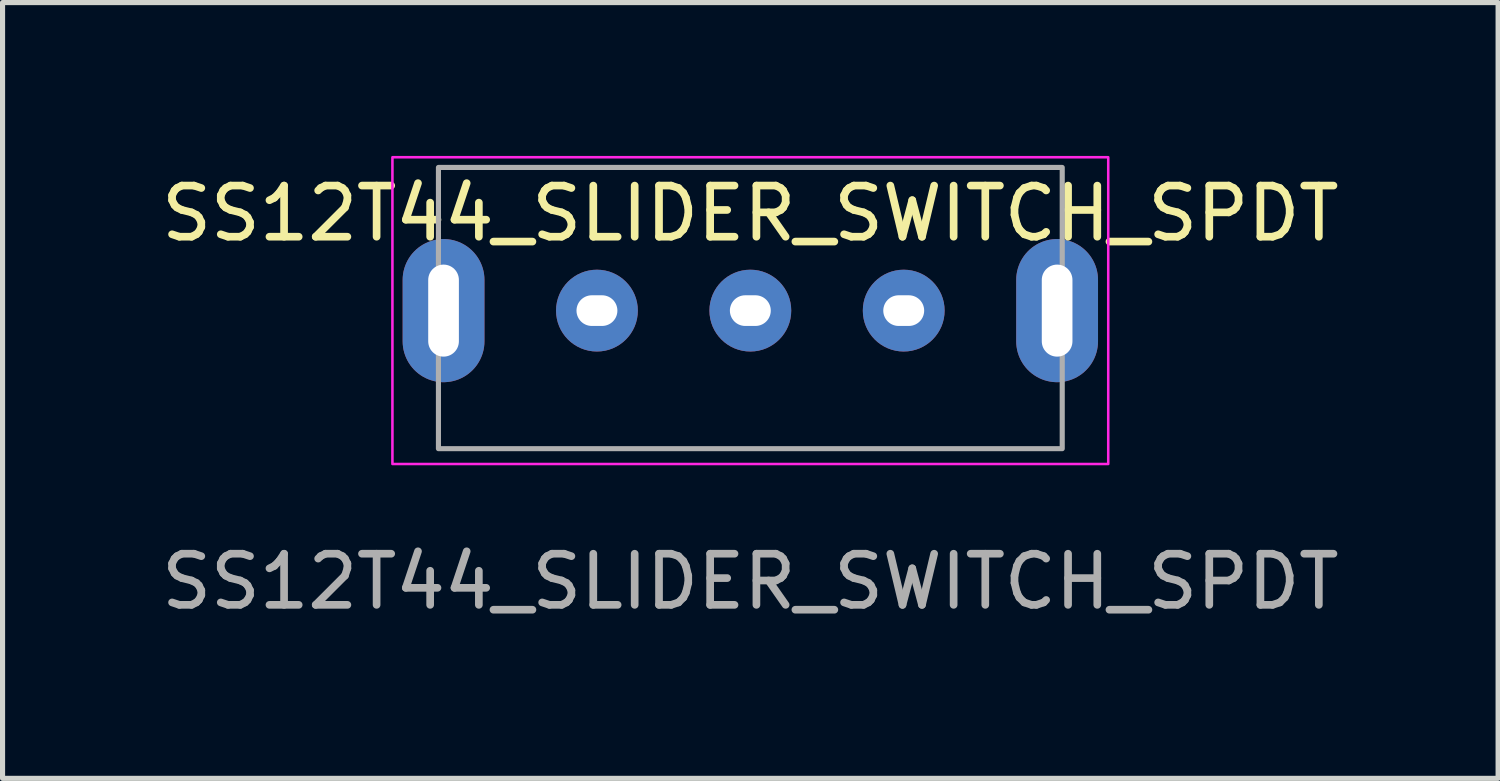
<source format=kicad_pcb>
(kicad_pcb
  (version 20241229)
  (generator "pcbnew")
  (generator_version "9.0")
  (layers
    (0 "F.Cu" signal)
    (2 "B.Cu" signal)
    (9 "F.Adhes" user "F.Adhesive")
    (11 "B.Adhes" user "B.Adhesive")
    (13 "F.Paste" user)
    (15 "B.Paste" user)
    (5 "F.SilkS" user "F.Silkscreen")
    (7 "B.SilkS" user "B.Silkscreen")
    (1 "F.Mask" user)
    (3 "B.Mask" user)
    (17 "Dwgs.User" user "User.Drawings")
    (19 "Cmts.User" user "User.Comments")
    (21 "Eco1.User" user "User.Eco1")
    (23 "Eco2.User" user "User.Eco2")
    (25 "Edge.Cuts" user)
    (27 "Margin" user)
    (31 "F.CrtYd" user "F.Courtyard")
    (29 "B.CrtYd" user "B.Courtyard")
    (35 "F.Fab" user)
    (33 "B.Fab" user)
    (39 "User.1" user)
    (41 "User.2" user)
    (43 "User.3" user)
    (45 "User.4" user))
  (footprint "SS12T44_SLIDER_SWITCH_SPDT"
    (layer "F.Cu")
    (at 11.625 3.025)
    (property "Reference" "SS12T44_SLIDER_SWITCH_SPDT" (at 0 -1.9 0) (unlocked yes) (layer "F.SilkS") (effects (font (size 1 1) (thickness 0.15))))
    (attr through_hole)
    (fp_rect (start -7 -3) (end 7 3) (stroke (width 0.05) (type default)) (fill no) (layer "F.CrtYd"))
    (fp_rect (start -6.1 -2.8) (end 6.1 2.7) (stroke (width 0.1) (type default)) (fill no) (layer "F.Fab"))
    (fp_text user "${REFERENCE}" (at 0 5.3 0) (unlocked yes) (layer "F.Fab") (effects (font (size 1 1) (thickness 0.15))))
    (pad "" thru_hole oval (at -6 0) (size 1.6 2.8) (drill oval 0.6 1.8) (layers "*.Cu" "*.Mask"))
    (pad "" thru_hole oval (at 6 0) (size 1.6 2.8) (drill oval 0.6 1.8) (layers "*.Cu" "*.Mask"))
    (pad "1" thru_hole circle (at 0 0) (size 1.6 1.6) (drill oval 0.8 0.6) (layers "*.Cu" "*.Mask"))
    (pad "2" thru_hole circle (at 3 0) (size 1.6 1.6) (drill oval 0.8 0.6) (layers "*.Cu" "*.Mask"))
    (pad "3" thru_hole circle (at -3 0) (size 1.6 1.6) (drill oval 0.8 0.6) (layers "*.Cu" "*.Mask")))
  (gr_rect
    (start -3 -3)
    (end 26.25 12.173)
    (stroke (width 0.1) (type default))
    (fill no)
    (layer "Edge.Cuts")))
</source>
